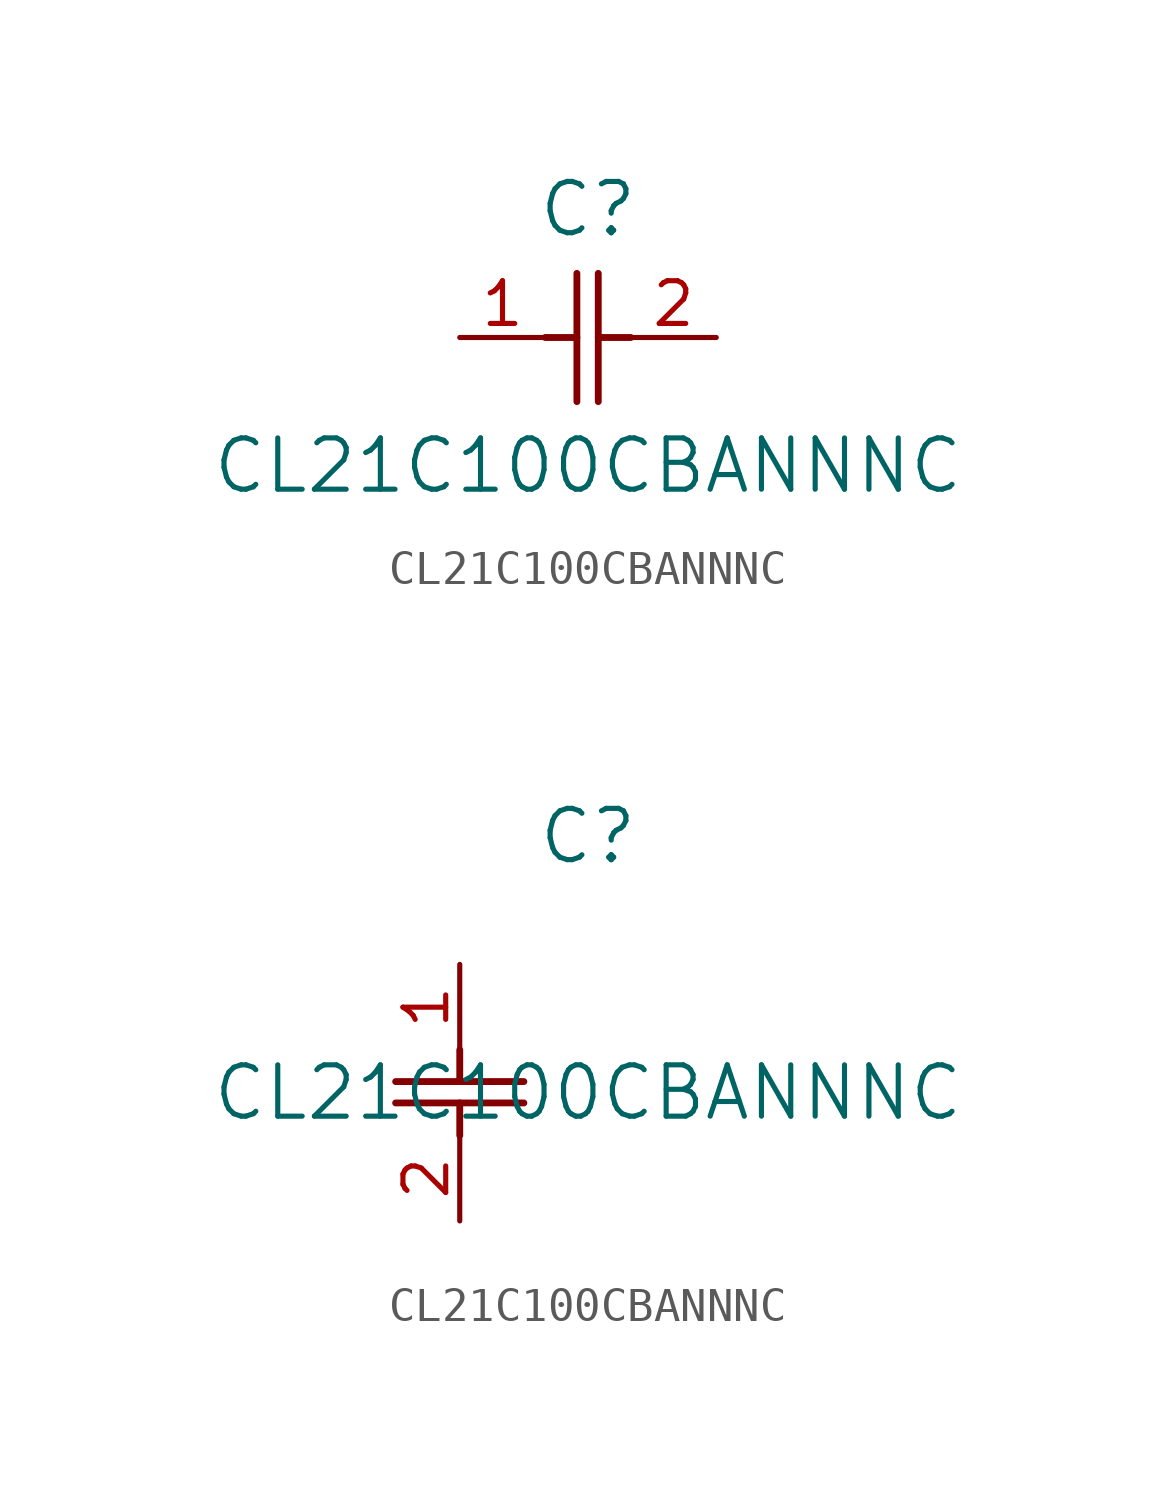
<source format=kicad_sym>
(kicad_symbol_lib
  (version 20211014)
  (generator kicad_symbol_editor)
  (symbol "CL21C100CBANNNC"
    (pin_names
      (offset 0.254))
    (property "Reference" "C"
      (at 3.81 3.81 0)
      (effects (font (size 1.524 1.524))))
    (property "Value" "CL21C100CBANNNC"
      (at 3.81 -3.81 0)
      (effects (font (size 1.524 1.524))))
    (symbol "CL21C100CBANNNC_1_1"
      (polyline (pts (xy 3.48 -1.905) (xy 3.48 1.905)) (stroke (width 0.203) (type default) (color 0 0 0 0)) (fill (type none)))
      (polyline (pts (xy 4.115 -1.905) (xy 4.115 1.905)) (stroke (width 0.203) (type default) (color 0 0 0 0)) (fill (type none)))
      (polyline (pts (xy 4.115 0) (xy 5.08 0)) (stroke (width 0.203) (type default) (color 0 0 0 0)) (fill (type none)))
      (polyline (pts (xy 2.54 0) (xy 3.48 0)) (stroke (width 0.203) (type default) (color 0 0 0 0)) (fill (type none)))
      (pin unspecified line (at 0 0 0) (length 2.54) (name "" (effects (font (size 1.27 1.27)))) (number "1" (effects (font (size 1.27 1.27)))))
      (pin unspecified line (at 7.62 0 180) (length 2.54) (name "" (effects (font (size 1.27 1.27)))) (number "2" (effects (font (size 1.27 1.27))))))
    (symbol "CL21C100CBANNNC_1_2"
      (polyline (pts (xy -1.905 -3.48) (xy 1.905 -3.48)) (stroke (width 0.203) (type default) (color 0 0 0 0)) (fill (type none)))
      (polyline (pts (xy -1.905 -4.115) (xy 1.905 -4.115)) (stroke (width 0.203) (type default) (color 0 0 0 0)) (fill (type none)))
      (polyline (pts (xy 0 -4.115) (xy 0 -5.08)) (stroke (width 0.203) (type default) (color 0 0 0 0)) (fill (type none)))
      (polyline (pts (xy 0 -2.54) (xy 0 -3.48)) (stroke (width 0.203) (type default) (color 0 0 0 0)) (fill (type none)))
      (pin unspecified line (at 0 0 270) (length 2.54) (name "" (effects (font (size 1.27 1.27)))) (number "1" (effects (font (size 1.27 1.27)))))
      (pin unspecified line (at 0 -7.62 90) (length 2.54) (name "" (effects (font (size 1.27 1.27)))) (number "2" (effects (font (size 1.27 1.27))))))))
</source>
